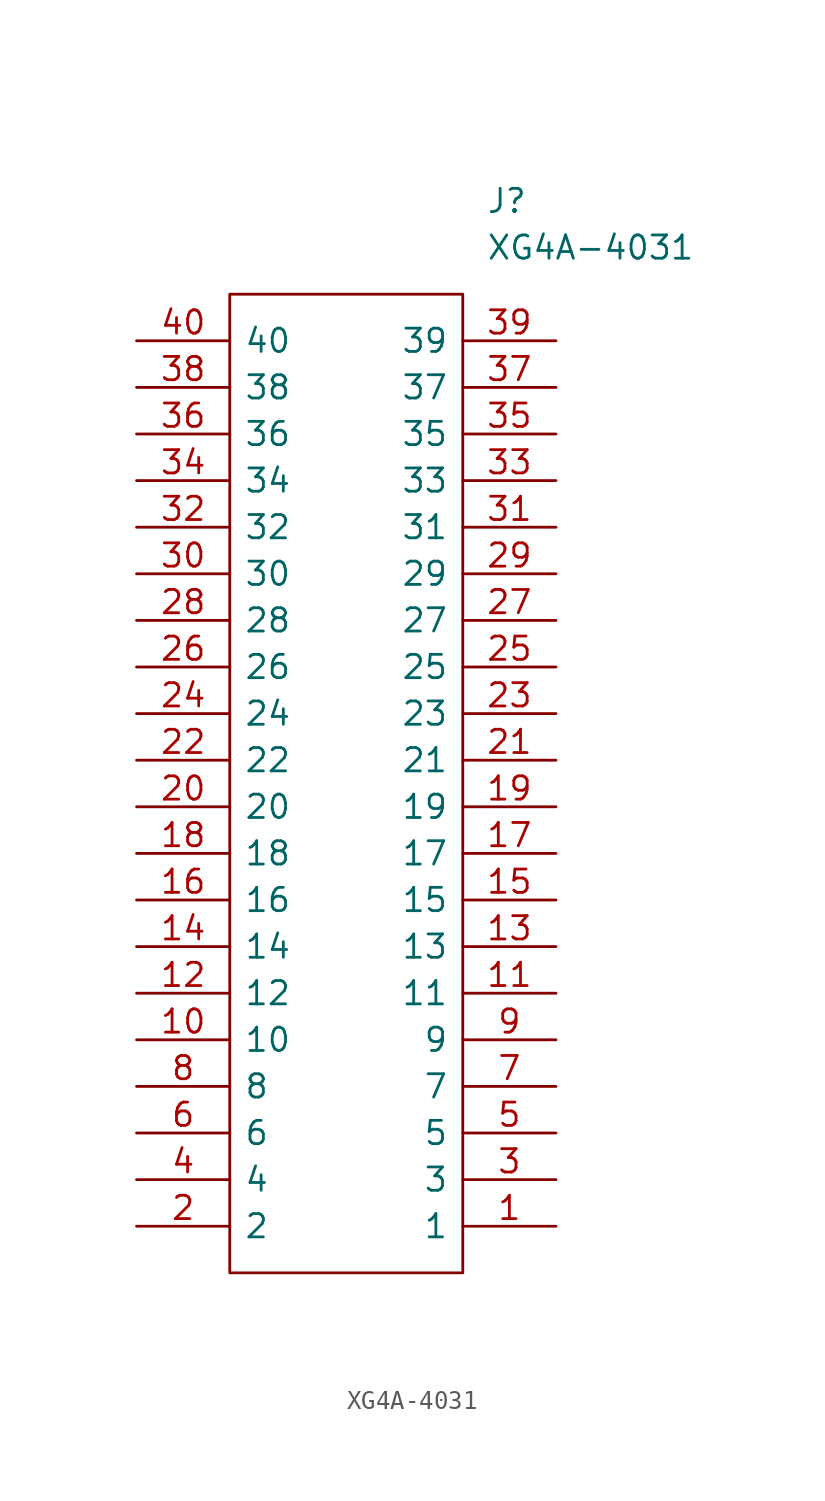
<source format=kicad_sym>
(kicad_symbol_lib
  (version 20211014)
  (generator kicad_symbol_editor)
  (symbol "XG4A-4031"
    (pin_names
      (offset 0.762))
    (property "Reference" "J"
      (at 19.05 7.62 0)
      (effects (font (size 1.27 1.27)) (justify left)))
    (property "Value" "XG4A-4031"
      (at 19.05 5.08 0)
      (effects (font (size 1.27 1.27)) (justify left)))
    (symbol "XG4A-4031_0_0"
      (pin passive line (at 22.86 -48.26 180) (length 5.08) (name "1" (effects (font (size 1.27 1.27)))) (number "1" (effects (font (size 1.27 1.27)))))
      (pin passive line (at 0 -38.1 0) (length 5.08) (name "10" (effects (font (size 1.27 1.27)))) (number "10" (effects (font (size 1.27 1.27)))))
      (pin passive line (at 22.86 -35.56 180) (length 5.08) (name "11" (effects (font (size 1.27 1.27)))) (number "11" (effects (font (size 1.27 1.27)))))
      (pin passive line (at 0 -35.56 0) (length 5.08) (name "12" (effects (font (size 1.27 1.27)))) (number "12" (effects (font (size 1.27 1.27)))))
      (pin passive line (at 22.86 -33.02 180) (length 5.08) (name "13" (effects (font (size 1.27 1.27)))) (number "13" (effects (font (size 1.27 1.27)))))
      (pin passive line (at 0 -33.02 0) (length 5.08) (name "14" (effects (font (size 1.27 1.27)))) (number "14" (effects (font (size 1.27 1.27)))))
      (pin passive line (at 22.86 -30.48 180) (length 5.08) (name "15" (effects (font (size 1.27 1.27)))) (number "15" (effects (font (size 1.27 1.27)))))
      (pin passive line (at 0 -30.48 0) (length 5.08) (name "16" (effects (font (size 1.27 1.27)))) (number "16" (effects (font (size 1.27 1.27)))))
      (pin passive line (at 22.86 -27.94 180) (length 5.08) (name "17" (effects (font (size 1.27 1.27)))) (number "17" (effects (font (size 1.27 1.27)))))
      (pin passive line (at 0 -27.94 0) (length 5.08) (name "18" (effects (font (size 1.27 1.27)))) (number "18" (effects (font (size 1.27 1.27)))))
      (pin passive line (at 22.86 -25.4 180) (length 5.08) (name "19" (effects (font (size 1.27 1.27)))) (number "19" (effects (font (size 1.27 1.27)))))
      (pin passive line (at 0 -48.26 0) (length 5.08) (name "2" (effects (font (size 1.27 1.27)))) (number "2" (effects (font (size 1.27 1.27)))))
      (pin passive line (at 0 -25.4 0) (length 5.08) (name "20" (effects (font (size 1.27 1.27)))) (number "20" (effects (font (size 1.27 1.27)))))
      (pin passive line (at 22.86 -22.86 180) (length 5.08) (name "21" (effects (font (size 1.27 1.27)))) (number "21" (effects (font (size 1.27 1.27)))))
      (pin passive line (at 0 -22.86 0) (length 5.08) (name "22" (effects (font (size 1.27 1.27)))) (number "22" (effects (font (size 1.27 1.27)))))
      (pin passive line (at 22.86 -20.32 180) (length 5.08) (name "23" (effects (font (size 1.27 1.27)))) (number "23" (effects (font (size 1.27 1.27)))))
      (pin passive line (at 0 -20.32 0) (length 5.08) (name "24" (effects (font (size 1.27 1.27)))) (number "24" (effects (font (size 1.27 1.27)))))
      (pin passive line (at 22.86 -17.78 180) (length 5.08) (name "25" (effects (font (size 1.27 1.27)))) (number "25" (effects (font (size 1.27 1.27)))))
      (pin passive line (at 0 -17.78 0) (length 5.08) (name "26" (effects (font (size 1.27 1.27)))) (number "26" (effects (font (size 1.27 1.27)))))
      (pin passive line (at 22.86 -15.24 180) (length 5.08) (name "27" (effects (font (size 1.27 1.27)))) (number "27" (effects (font (size 1.27 1.27)))))
      (pin passive line (at 0 -15.24 0) (length 5.08) (name "28" (effects (font (size 1.27 1.27)))) (number "28" (effects (font (size 1.27 1.27)))))
      (pin passive line (at 22.86 -12.7 180) (length 5.08) (name "29" (effects (font (size 1.27 1.27)))) (number "29" (effects (font (size 1.27 1.27)))))
      (pin passive line (at 22.86 -45.72 180) (length 5.08) (name "3" (effects (font (size 1.27 1.27)))) (number "3" (effects (font (size 1.27 1.27)))))
      (pin passive line (at 0 -12.7 0) (length 5.08) (name "30" (effects (font (size 1.27 1.27)))) (number "30" (effects (font (size 1.27 1.27)))))
      (pin passive line (at 22.86 -10.16 180) (length 5.08) (name "31" (effects (font (size 1.27 1.27)))) (number "31" (effects (font (size 1.27 1.27)))))
      (pin passive line (at 0 -10.16 0) (length 5.08) (name "32" (effects (font (size 1.27 1.27)))) (number "32" (effects (font (size 1.27 1.27)))))
      (pin passive line (at 22.86 -7.62 180) (length 5.08) (name "33" (effects (font (size 1.27 1.27)))) (number "33" (effects (font (size 1.27 1.27)))))
      (pin passive line (at 0 -7.62 0) (length 5.08) (name "34" (effects (font (size 1.27 1.27)))) (number "34" (effects (font (size 1.27 1.27)))))
      (pin passive line (at 22.86 -5.08 180) (length 5.08) (name "35" (effects (font (size 1.27 1.27)))) (number "35" (effects (font (size 1.27 1.27)))))
      (pin passive line (at 0 -5.08 0) (length 5.08) (name "36" (effects (font (size 1.27 1.27)))) (number "36" (effects (font (size 1.27 1.27)))))
      (pin passive line (at 22.86 -2.54 180) (length 5.08) (name "37" (effects (font (size 1.27 1.27)))) (number "37" (effects (font (size 1.27 1.27)))))
      (pin passive line (at 0 -2.54 0) (length 5.08) (name "38" (effects (font (size 1.27 1.27)))) (number "38" (effects (font (size 1.27 1.27)))))
      (pin passive line (at 22.86 0 180) (length 5.08) (name "39" (effects (font (size 1.27 1.27)))) (number "39" (effects (font (size 1.27 1.27)))))
      (pin passive line (at 0 -45.72 0) (length 5.08) (name "4" (effects (font (size 1.27 1.27)))) (number "4" (effects (font (size 1.27 1.27)))))
      (pin passive line (at 0 0 0) (length 5.08) (name "40" (effects (font (size 1.27 1.27)))) (number "40" (effects (font (size 1.27 1.27)))))
      (pin passive line (at 22.86 -43.18 180) (length 5.08) (name "5" (effects (font (size 1.27 1.27)))) (number "5" (effects (font (size 1.27 1.27)))))
      (pin passive line (at 0 -43.18 0) (length 5.08) (name "6" (effects (font (size 1.27 1.27)))) (number "6" (effects (font (size 1.27 1.27)))))
      (pin passive line (at 22.86 -40.64 180) (length 5.08) (name "7" (effects (font (size 1.27 1.27)))) (number "7" (effects (font (size 1.27 1.27)))))
      (pin passive line (at 0 -40.64 0) (length 5.08) (name "8" (effects (font (size 1.27 1.27)))) (number "8" (effects (font (size 1.27 1.27)))))
      (pin passive line (at 22.86 -38.1 180) (length 5.08) (name "9" (effects (font (size 1.27 1.27)))) (number "9" (effects (font (size 1.27 1.27))))))
    (symbol "XG4A-4031_0_1"
      (polyline (pts (xy 5.08 2.54) (xy 17.78 2.54) (xy 17.78 -50.8) (xy 5.08 -50.8) (xy 5.08 2.54)) (stroke (width 0.152) (type default) (color 0 0 0 0)) (fill (type none))))))
</source>
